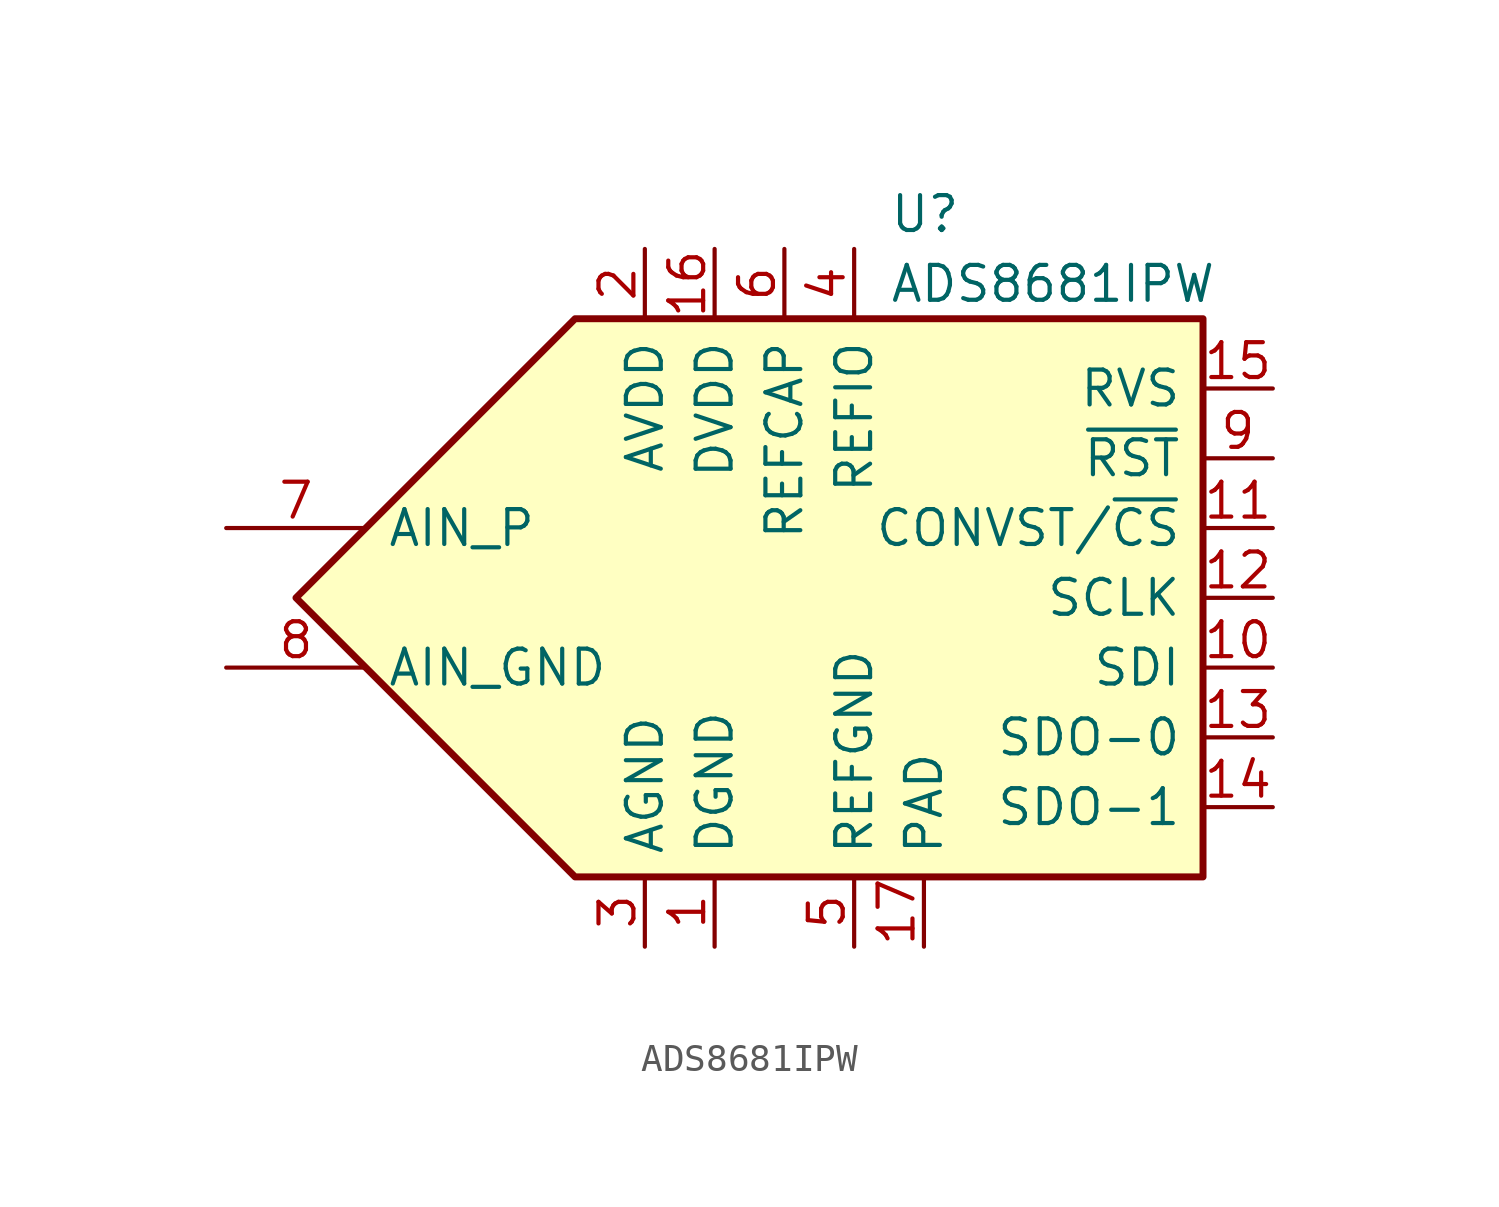
<source format=kicad_sym>
(kicad_symbol_lib
  (version 20211014)
  (generator kicad_symbol_editor)
  (symbol "ADS8681IPW"
    (pin_names
      (offset 0.762))
    (property "Reference" "U"
      (at 6.35 13.97 0)
      (effects (font (size 1.27 1.27)) (justify left)))
    (property "Value" "ADS8681IPW"
      (at 6.35 11.43 0)
      (effects (font (size 1.27 1.27)) (justify left)))
    (symbol "ADS8681IPW_0_1"
      (polyline (pts (xy -5.08 10.16) (xy 17.78 10.16) (xy 17.78 -10.16) (xy -5.08 -10.16) (xy -15.24 0) (xy -5.08 10.16)) (stroke (width 0.254) (type default) (color 0 0 0 0)) (fill (type background))))
    (symbol "ADS8681IPW_1_1"
      (pin power_in line (at 0 -12.7 90) (length 2.54) (name "DGND" (effects (font (size 1.27 1.27)))) (number "1" (effects (font (size 1.27 1.27)))))
      (pin input line (at 20.32 -2.54 180) (length 2.54) (name "SDI" (effects (font (size 1.27 1.27)))) (number "10" (effects (font (size 1.27 1.27)))))
      (pin input line (at 20.32 2.54 180) (length 2.54) (name "CONVST/~{CS}" (effects (font (size 1.27 1.27)))) (number "11" (effects (font (size 1.27 1.27)))))
      (pin input line (at 20.32 0 180) (length 2.54) (name "SCLK" (effects (font (size 1.27 1.27)))) (number "12" (effects (font (size 1.27 1.27)))))
      (pin tri_state line (at 20.32 -5.08 180) (length 2.54) (name "SDO-0" (effects (font (size 1.27 1.27)))) (number "13" (effects (font (size 1.27 1.27)))))
      (pin tri_state line (at 20.32 -7.62 180) (length 2.54) (name "SDO-1" (effects (font (size 1.27 1.27)))) (number "14" (effects (font (size 1.27 1.27)))))
      (pin output line (at 20.32 7.62 180) (length 2.54) (name "RVS" (effects (font (size 1.27 1.27)))) (number "15" (effects (font (size 1.27 1.27)))))
      (pin power_in line (at 0 12.7 270) (length 2.54) (name "DVDD" (effects (font (size 1.27 1.27)))) (number "16" (effects (font (size 1.27 1.27)))))
      (pin power_in line (at 7.62 -12.7 90) (length 2.54) (name "PAD" (effects (font (size 1.27 1.27)))) (number "17" (effects (font (size 1.27 1.27)))))
      (pin power_in line (at -2.54 12.7 270) (length 2.54) (name "AVDD" (effects (font (size 1.27 1.27)))) (number "2" (effects (font (size 1.27 1.27)))))
      (pin power_in line (at -2.54 -12.7 90) (length 2.54) (name "AGND" (effects (font (size 1.27 1.27)))) (number "3" (effects (font (size 1.27 1.27)))))
      (pin passive line (at 5.08 12.7 270) (length 2.54) (name "REFIO" (effects (font (size 1.27 1.27)))) (number "4" (effects (font (size 1.27 1.27)))))
      (pin power_in line (at 5.08 -12.7 90) (length 2.54) (name "REFGND" (effects (font (size 1.27 1.27)))) (number "5" (effects (font (size 1.27 1.27)))))
      (pin power_in line (at 2.54 12.7 270) (length 2.54) (name "REFCAP" (effects (font (size 1.27 1.27)))) (number "6" (effects (font (size 1.27 1.27)))))
      (pin input line (at -17.78 2.54 0) (length 5.08) (name "AIN_P" (effects (font (size 1.27 1.27)))) (number "7" (effects (font (size 1.27 1.27)))))
      (pin input line (at -17.78 -2.54 0) (length 5.08) (name "AIN_GND" (effects (font (size 1.27 1.27)))) (number "8" (effects (font (size 1.27 1.27)))))
      (pin input line (at 20.32 5.08 180) (length 2.54) (name "~{RST}" (effects (font (size 1.27 1.27)))) (number "9" (effects (font (size 1.27 1.27))))))))
</source>
